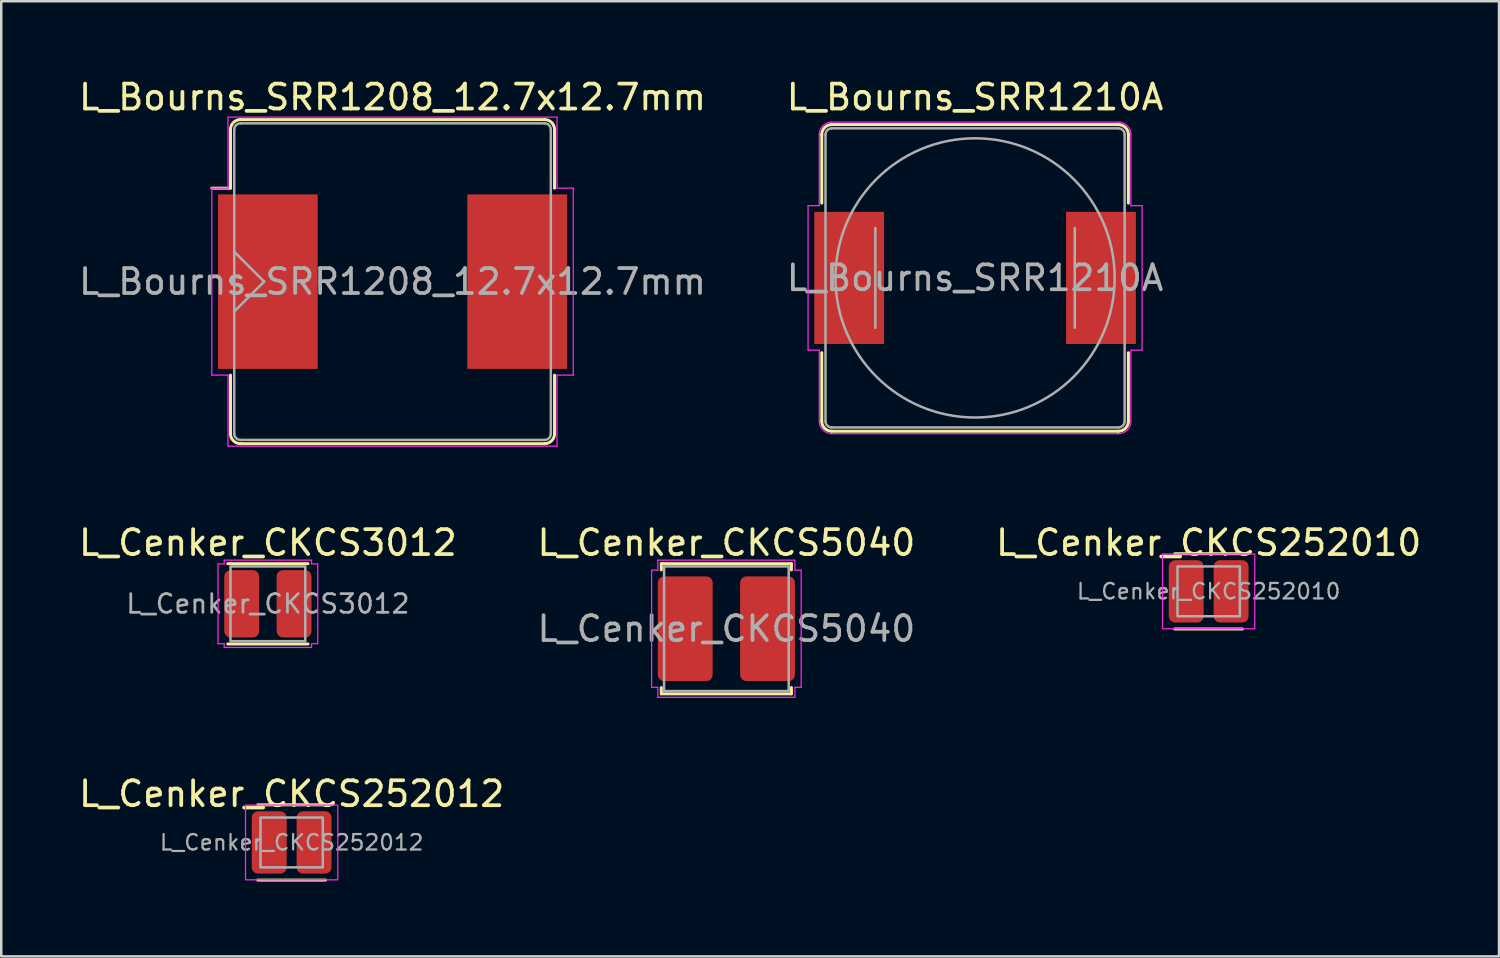
<source format=kicad_pcb>
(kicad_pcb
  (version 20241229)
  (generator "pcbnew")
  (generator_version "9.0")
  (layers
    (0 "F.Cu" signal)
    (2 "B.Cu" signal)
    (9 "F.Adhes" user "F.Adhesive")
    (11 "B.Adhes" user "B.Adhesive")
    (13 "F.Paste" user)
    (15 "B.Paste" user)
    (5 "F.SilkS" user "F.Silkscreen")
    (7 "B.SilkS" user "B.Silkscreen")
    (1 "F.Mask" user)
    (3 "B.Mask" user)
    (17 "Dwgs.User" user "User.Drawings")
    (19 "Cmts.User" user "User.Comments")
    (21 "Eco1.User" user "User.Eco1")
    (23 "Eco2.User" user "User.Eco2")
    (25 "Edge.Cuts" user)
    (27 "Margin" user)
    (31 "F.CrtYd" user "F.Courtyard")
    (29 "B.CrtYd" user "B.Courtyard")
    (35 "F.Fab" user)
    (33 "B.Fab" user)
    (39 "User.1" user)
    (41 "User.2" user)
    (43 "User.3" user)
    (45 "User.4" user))
  (footprint "L_Cenker_CKCS252012"
    (layer "F.Cu")
    (at 8.649 30.745)
    (property "Reference" "L_Cenker_CKCS252012" (at 0 -1.95 0) (layer "F.SilkS") (effects (font (size 1 1) (thickness 0.15))))
    (attr smd)
    (fp_line (start -1.36 -1.51) (end 1.36 -1.51) (stroke (width 0.12) (type solid)) (layer "F.SilkS"))
    (fp_line (start 1.36 1.51) (end -1.36 1.51) (stroke (width 0.12) (type solid)) (layer "F.SilkS"))
    (fp_rect (start -1.85 -1.5) (end 1.85 1.5) (stroke (width 0.05) (type solid)) (fill no) (layer "F.CrtYd"))
    (fp_rect (start -1.25 -1) (end 1.25 1) (stroke (width 0.1) (type solid)) (fill no) (layer "F.Fab"))
    (fp_text user "${REFERENCE}" (at 0 0 0) (layer "F.Fab") (effects (font (size 0.62 0.62) (thickness 0.09))))
    (pad "1" smd roundrect (at -0.9 0) (size 1.4 2.5) (layers "F.Cu" "F.Mask" "F.Paste") (roundrect_rratio 0.179))
    (pad "2" smd roundrect (at 0.9 0) (size 1.4 2.5) (layers "F.Cu" "F.Mask" "F.Paste") (roundrect_rratio 0.179)))
  (footprint "L_Bourns_SRR1208_12.7x12.7mm"
    (layer "F.Cu")
    (at 12.696 8.248)
    (property "Reference" "L_Bourns_SRR1208_12.7x12.7mm" (at 0 -7.4 0) (layer "F.SilkS") (effects (font (size 1 1) (thickness 0.15))))
    (attr smd)
    (fp_line (start -6.5 -6.1) (end -6.5 -3.75) (stroke (width 0.12) (type solid)) (layer "F.SilkS"))
    (fp_line (start -6.5 -3.75) (end -7.25 -3.75) (stroke (width 0.12) (type solid)) (layer "F.SilkS"))
    (fp_line (start -6.5 3.75) (end -6.5 6.1) (stroke (width 0.12) (type solid)) (layer "F.SilkS"))
    (fp_line (start -6.1 -6.5) (end 6.1 -6.5) (stroke (width 0.12) (type solid)) (layer "F.SilkS"))
    (fp_line (start 6.1 6.5) (end -6.1 6.5) (stroke (width 0.12) (type solid)) (layer "F.SilkS"))
    (fp_line (start 6.5 -6.1) (end 6.5 -3.75) (stroke (width 0.12) (type solid)) (layer "F.SilkS"))
    (fp_line (start 6.5 3.75) (end 6.5 6.1) (stroke (width 0.12) (type solid)) (layer "F.SilkS"))
    (fp_arc (start -6.5 -6.1) (mid -6.382843 -6.382843) (end -6.1 -6.5) (stroke (width 0.12) (type solid)) (layer "F.SilkS"))
    (fp_arc (start -6.1 6.5) (mid -6.382843 6.382843) (end -6.5 6.1) (stroke (width 0.12) (type solid)) (layer "F.SilkS"))
    (fp_arc (start 6.1 -6.5) (mid 6.382843 -6.382843) (end 6.5 -6.1) (stroke (width 0.12) (type solid)) (layer "F.SilkS"))
    (fp_arc (start 6.5 6.1) (mid 6.382843 6.382843) (end 6.1 6.5) (stroke (width 0.12) (type solid)) (layer "F.SilkS"))
    (fp_line (start -7.25 -3.75) (end -7.25 3.75) (stroke (width 0.05) (type solid)) (layer "F.CrtYd"))
    (fp_line (start -7.25 -3.75) (end -6.6 -3.75) (stroke (width 0.05) (type solid)) (layer "F.CrtYd"))
    (fp_line (start -6.6 -6.6) (end -6.6 -3.75) (stroke (width 0.05) (type solid)) (layer "F.CrtYd"))
    (fp_line (start -6.6 -6.6) (end 6.6 -6.6) (stroke (width 0.05) (type solid)) (layer "F.CrtYd"))
    (fp_line (start -6.6 3.75) (end -7.25 3.75) (stroke (width 0.05) (type solid)) (layer "F.CrtYd"))
    (fp_line (start -6.6 6.6) (end -6.6 3.75) (stroke (width 0.05) (type solid)) (layer "F.CrtYd"))
    (fp_line (start 6.6 -6.6) (end 6.6 -3.75) (stroke (width 0.05) (type solid)) (layer "F.CrtYd"))
    (fp_line (start 6.6 3.75) (end 6.6 6.6) (stroke (width 0.05) (type solid)) (layer "F.CrtYd"))
    (fp_line (start 6.6 6.6) (end -6.6 6.6) (stroke (width 0.05) (type solid)) (layer "F.CrtYd"))
    (fp_line (start 7.25 -3.75) (end 6.6 -3.75) (stroke (width 0.05) (type solid)) (layer "F.CrtYd"))
    (fp_line (start 7.25 -3.75) (end 7.25 3.75) (stroke (width 0.05) (type solid)) (layer "F.CrtYd"))
    (fp_line (start 7.25 3.75) (end 6.6 3.75) (stroke (width 0.05) (type solid)) (layer "F.CrtYd"))
    (fp_line (start -6.35 -6.1) (end -6.35 6.1) (stroke (width 0.1) (type solid)) (layer "F.Fab"))
    (fp_line (start -6.1 -6.35) (end 6.1 -6.35) (stroke (width 0.1) (type solid)) (layer "F.Fab"))
    (fp_line (start -5.15 0) (end -6.35 -1.2) (stroke (width 0.1) (type solid)) (layer "F.Fab"))
    (fp_line (start -5.15 0) (end -6.35 1.2) (stroke (width 0.1) (type solid)) (layer "F.Fab"))
    (fp_line (start 6.1 6.35) (end -6.1 6.35) (stroke (width 0.1) (type solid)) (layer "F.Fab"))
    (fp_line (start 6.35 -6.1) (end 6.35 6.1) (stroke (width 0.1) (type solid)) (layer "F.Fab"))
    (fp_arc (start -6.35 -6.1) (mid -6.276777 -6.276777) (end -6.1 -6.35) (stroke (width 0.1) (type solid)) (layer "F.Fab"))
    (fp_arc (start -6.1 6.35) (mid -6.276777 6.276777) (end -6.35 6.1) (stroke (width 0.1) (type solid)) (layer "F.Fab"))
    (fp_arc (start 6.1 -6.35) (mid 6.276777 -6.276777) (end 6.35 -6.1) (stroke (width 0.1) (type solid)) (layer "F.Fab"))
    (fp_arc (start 6.35 6.1) (mid 6.276777 6.276777) (end 6.1 6.35) (stroke (width 0.1) (type solid)) (layer "F.Fab"))
    (fp_text user "${REFERENCE}" (at 0 0 0) (layer "F.Fab") (effects (font (size 1 1) (thickness 0.15))))
    (pad "1" smd rect (at -5 0) (size 4 7) (layers "F.Cu" "F.Mask" "F.Paste"))
    (pad "2" smd rect (at 5 0) (size 4 7) (layers "F.Cu" "F.Mask" "F.Paste")))
  (footprint "L_Bourns_SRR1210A"
    (layer "F.Cu")
    (at 36.065 8.098)
    (property "Reference" "L_Bourns_SRR1210A" (at 0 -7.25 0) (layer "F.SilkS") (effects (font (size 1 1) (thickness 0.15))))
    (attr smd)
    (fp_line (start -6.15 -5.75) (end -6.15 -3) (stroke (width 0.12) (type solid)) (layer "F.SilkS"))
    (fp_line (start -6.15 3) (end -6.15 5.75) (stroke (width 0.12) (type solid)) (layer "F.SilkS"))
    (fp_line (start -5.75 -6.15) (end 5.75 -6.15) (stroke (width 0.12) (type solid)) (layer "F.SilkS"))
    (fp_line (start 5.75 6.15) (end -5.75 6.15) (stroke (width 0.12) (type solid)) (layer "F.SilkS"))
    (fp_line (start 6.15 -5.75) (end 6.15 -3) (stroke (width 0.12) (type solid)) (layer "F.SilkS"))
    (fp_line (start 6.15 3) (end 6.15 5.75) (stroke (width 0.12) (type solid)) (layer "F.SilkS"))
    (fp_arc (start -6.15 -5.75) (mid -6.032843 -6.032843) (end -5.75 -6.15) (stroke (width 0.12) (type solid)) (layer "F.SilkS"))
    (fp_arc (start -5.75 6.15) (mid -6.032843 6.032843) (end -6.15 5.75) (stroke (width 0.12) (type solid)) (layer "F.SilkS"))
    (fp_arc (start 5.75 -6.15) (mid 6.032843 -6.032843) (end 6.15 -5.75) (stroke (width 0.12) (type solid)) (layer "F.SilkS"))
    (fp_arc (start 6.15 5.75) (mid 6.032843 6.032843) (end 5.75 6.15) (stroke (width 0.12) (type solid)) (layer "F.SilkS"))
    (fp_line (start -6.7 -2.9) (end -6.7 2.9) (stroke (width 0.05) (type solid)) (layer "F.CrtYd"))
    (fp_line (start -6.7 -2.9) (end -6.25 -2.9) (stroke (width 0.05) (type solid)) (layer "F.CrtYd"))
    (fp_line (start -6.25 -5.75) (end -6.25 -2.9) (stroke (width 0.05) (type solid)) (layer "F.CrtYd"))
    (fp_line (start -6.25 2.9) (end -6.7 2.9) (stroke (width 0.05) (type solid)) (layer "F.CrtYd"))
    (fp_line (start -6.25 5.75) (end -6.25 2.9) (stroke (width 0.05) (type solid)) (layer "F.CrtYd"))
    (fp_line (start -5.75 -6.25) (end 5.75 -6.25) (stroke (width 0.05) (type solid)) (layer "F.CrtYd"))
    (fp_line (start 5.75 6.25) (end -5.75 6.25) (stroke (width 0.05) (type solid)) (layer "F.CrtYd"))
    (fp_line (start 6.25 -5.75) (end 6.25 -2.9) (stroke (width 0.05) (type solid)) (layer "F.CrtYd"))
    (fp_line (start 6.25 2.9) (end 6.25 5.75) (stroke (width 0.05) (type solid)) (layer "F.CrtYd"))
    (fp_line (start 6.7 -2.9) (end 6.25 -2.9) (stroke (width 0.05) (type solid)) (layer "F.CrtYd"))
    (fp_line (start 6.7 -2.9) (end 6.7 2.9) (stroke (width 0.05) (type solid)) (layer "F.CrtYd"))
    (fp_line (start 6.7 2.9) (end 6.25 2.9) (stroke (width 0.05) (type solid)) (layer "F.CrtYd"))
    (fp_arc (start -6.25 -5.75) (mid -6.103553 -6.103553) (end -5.75 -6.25) (stroke (width 0.05) (type solid)) (layer "F.CrtYd"))
    (fp_arc (start -5.75 6.25) (mid -6.103553 6.103553) (end -6.25 5.75) (stroke (width 0.05) (type solid)) (layer "F.CrtYd"))
    (fp_arc (start 5.75 -6.25) (mid 6.103553 -6.103553) (end 6.25 -5.75) (stroke (width 0.05) (type solid)) (layer "F.CrtYd"))
    (fp_arc (start 6.25 5.75) (mid 6.103553 6.103553) (end 5.75 6.25) (stroke (width 0.05) (type solid)) (layer "F.CrtYd"))
    (fp_line (start -6 -5.75) (end -6 5.75) (stroke (width 0.1) (type solid)) (layer "F.Fab"))
    (fp_line (start -5.75 -6) (end 5.75 -6) (stroke (width 0.1) (type solid)) (layer "F.Fab"))
    (fp_line (start -4 2) (end -4 -2) (stroke (width 0.1) (type solid)) (layer "F.Fab"))
    (fp_line (start 4 -2) (end 4 2) (stroke (width 0.1) (type solid)) (layer "F.Fab"))
    (fp_line (start 5.75 6) (end -5.75 6) (stroke (width 0.1) (type solid)) (layer "F.Fab"))
    (fp_line (start 6 -5.75) (end 6 5.75) (stroke (width 0.1) (type solid)) (layer "F.Fab"))
    (fp_arc (start -6 -5.75) (mid -5.926777 -5.926777) (end -5.75 -6) (stroke (width 0.1) (type solid)) (layer "F.Fab"))
    (fp_arc (start -5.75 6) (mid -5.926777 5.926777) (end -6 5.75) (stroke (width 0.1) (type solid)) (layer "F.Fab"))
    (fp_arc (start 5.75 -6) (mid 5.926777 -5.926777) (end 6 -5.75) (stroke (width 0.1) (type solid)) (layer "F.Fab"))
    (fp_arc (start 6 5.75) (mid 5.926777 5.926777) (end 5.75 6) (stroke (width 0.1) (type solid)) (layer "F.Fab"))
    (fp_circle (center 0 0) (end 0 -5.6) (stroke (width 0.1) (type solid)) (fill no) (layer "F.Fab"))
    (fp_text user "${REFERENCE}" (at 0 0 0) (layer "F.Fab") (effects (font (size 1 1) (thickness 0.15))))
    (pad "1" smd rect (at -5.05 0) (size 2.8 5.3) (layers "F.Cu" "F.Mask" "F.Paste"))
    (pad "2" smd rect (at 5.05 0) (size 2.8 5.3) (layers "F.Cu" "F.Mask" "F.Paste")))
  (footprint "L_Cenker_CKCS3012"
    (layer "F.Cu")
    (at 7.696 21.172)
    (property "Reference" "L_Cenker_CKCS3012" (at 0 -2.45 0) (layer "F.SilkS") (effects (font (size 1 1) (thickness 0.15))))
    (attr smd)
    (fp_line (start -1.61 -1.61) (end 1.61 -1.61) (stroke (width 0.12) (type solid)) (layer "F.SilkS"))
    (fp_line (start 1.61 1.61) (end -1.61 1.61) (stroke (width 0.12) (type solid)) (layer "F.SilkS"))
    (fp_line (start -2 -1.6) (end -1.75 -1.6) (stroke (width 0.05) (type solid)) (layer "F.CrtYd"))
    (fp_line (start -2 1.6) (end -2 -1.6) (stroke (width 0.05) (type solid)) (layer "F.CrtYd"))
    (fp_line (start -1.75 -1.75) (end 1.75 -1.75) (stroke (width 0.05) (type solid)) (layer "F.CrtYd"))
    (fp_line (start -1.75 -1.6) (end -1.75 -1.75) (stroke (width 0.05) (type solid)) (layer "F.CrtYd"))
    (fp_line (start -1.75 1.6) (end -2 1.6) (stroke (width 0.05) (type solid)) (layer "F.CrtYd"))
    (fp_line (start -1.75 1.75) (end -1.75 1.6) (stroke (width 0.05) (type solid)) (layer "F.CrtYd"))
    (fp_line (start 1.75 -1.75) (end 1.75 -1.6) (stroke (width 0.05) (type solid)) (layer "F.CrtYd"))
    (fp_line (start 1.75 -1.6) (end 2 -1.6) (stroke (width 0.05) (type solid)) (layer "F.CrtYd"))
    (fp_line (start 1.75 1.6) (end 1.75 1.75) (stroke (width 0.05) (type solid)) (layer "F.CrtYd"))
    (fp_line (start 1.75 1.75) (end -1.75 1.75) (stroke (width 0.05) (type solid)) (layer "F.CrtYd"))
    (fp_line (start 2 -1.6) (end 2 1.6) (stroke (width 0.05) (type solid)) (layer "F.CrtYd"))
    (fp_line (start 2 1.6) (end 1.75 1.6) (stroke (width 0.05) (type solid)) (layer "F.CrtYd"))
    (fp_rect (start -1.5 -1.5) (end 1.5 1.5) (stroke (width 0.1) (type solid)) (fill no) (layer "F.Fab"))
    (fp_text user "${REFERENCE}" (at 0 0 0) (layer "F.Fab") (effects (font (size 0.75 0.75) (thickness 0.11))))
    (pad "1" smd roundrect (at -1.05 0) (size 1.4 2.7) (layers "F.Cu" "F.Mask" "F.Paste") (roundrect_rratio 0.179))
    (pad "2" smd roundrect (at 1.05 0) (size 1.4 2.7) (layers "F.Cu" "F.Mask" "F.Paste") (roundrect_rratio 0.179)))
  (footprint "L_Cenker_CKCS252010"
    (layer "F.Cu")
    (at 45.435 20.672)
    (property "Reference" "L_Cenker_CKCS252010" (at 0 -1.95 0) (layer "F.SilkS") (effects (font (size 1 1) (thickness 0.15))))
    (attr smd)
    (fp_line (start -1.36 -1.51) (end 1.36 -1.51) (stroke (width 0.12) (type solid)) (layer "F.SilkS"))
    (fp_line (start 1.36 1.51) (end -1.36 1.51) (stroke (width 0.12) (type solid)) (layer "F.SilkS"))
    (fp_rect (start -1.85 -1.5) (end 1.85 1.5) (stroke (width 0.05) (type solid)) (fill no) (layer "F.CrtYd"))
    (fp_rect (start -1.25 -1) (end 1.25 1) (stroke (width 0.1) (type solid)) (fill no) (layer "F.Fab"))
    (fp_text user "${REFERENCE}" (at 0 0 0) (layer "F.Fab") (effects (font (size 0.62 0.62) (thickness 0.09))))
    (pad "1" smd roundrect (at -0.9 0) (size 1.4 2.5) (layers "F.Cu" "F.Mask" "F.Paste") (roundrect_rratio 0.179))
    (pad "2" smd roundrect (at 0.9 0) (size 1.4 2.5) (layers "F.Cu" "F.Mask" "F.Paste") (roundrect_rratio 0.179)))
  (footprint "L_Cenker_CKCS5040"
    (layer "F.Cu")
    (at 26.089 22.172)
    (property "Reference" "L_Cenker_CKCS5040" (at 0 -3.45 0) (layer "F.SilkS") (effects (font (size 1 1) (thickness 0.15))))
    (attr smd)
    (fp_line (start -2.61 -2.61) (end 2.61 -2.61) (stroke (width 0.12) (type solid)) (layer "F.SilkS"))
    (fp_line (start -2.61 -2.36) (end -2.61 -2.61) (stroke (width 0.12) (type solid)) (layer "F.SilkS"))
    (fp_line (start -2.61 2.61) (end -2.61 2.36) (stroke (width 0.12) (type solid)) (layer "F.SilkS"))
    (fp_line (start 2.61 -2.61) (end 2.61 -2.36) (stroke (width 0.12) (type solid)) (layer "F.SilkS"))
    (fp_line (start 2.61 2.36) (end 2.61 2.61) (stroke (width 0.12) (type solid)) (layer "F.SilkS"))
    (fp_line (start 2.61 2.61) (end -2.61 2.61) (stroke (width 0.12) (type solid)) (layer "F.SilkS"))
    (fp_line (start -3 -2.35) (end -2.75 -2.35) (stroke (width 0.05) (type solid)) (layer "F.CrtYd"))
    (fp_line (start -3 2.35) (end -3 -2.35) (stroke (width 0.05) (type solid)) (layer "F.CrtYd"))
    (fp_line (start -2.75 -2.75) (end 2.75 -2.75) (stroke (width 0.05) (type solid)) (layer "F.CrtYd"))
    (fp_line (start -2.75 -2.35) (end -2.75 -2.75) (stroke (width 0.05) (type solid)) (layer "F.CrtYd"))
    (fp_line (start -2.75 2.35) (end -3 2.35) (stroke (width 0.05) (type solid)) (layer "F.CrtYd"))
    (fp_line (start -2.75 2.75) (end -2.75 2.35) (stroke (width 0.05) (type solid)) (layer "F.CrtYd"))
    (fp_line (start 2.75 -2.75) (end 2.75 -2.35) (stroke (width 0.05) (type solid)) (layer "F.CrtYd"))
    (fp_line (start 2.75 -2.35) (end 3 -2.35) (stroke (width 0.05) (type solid)) (layer "F.CrtYd"))
    (fp_line (start 2.75 2.35) (end 2.75 2.75) (stroke (width 0.05) (type solid)) (layer "F.CrtYd"))
    (fp_line (start 2.75 2.75) (end -2.75 2.75) (stroke (width 0.05) (type solid)) (layer "F.CrtYd"))
    (fp_line (start 3 -2.35) (end 3 2.35) (stroke (width 0.05) (type solid)) (layer "F.CrtYd"))
    (fp_line (start 3 2.35) (end 2.75 2.35) (stroke (width 0.05) (type solid)) (layer "F.CrtYd"))
    (fp_rect (start -2.5 -2.5) (end 2.5 2.5) (stroke (width 0.1) (type solid)) (fill no) (layer "F.Fab"))
    (fp_text user "${REFERENCE}" (at 0 0 0) (layer "F.Fab") (effects (font (size 1 1) (thickness 0.15))))
    (pad "1" smd roundrect (at -1.65 0) (size 2.2 4.2) (layers "F.Cu" "F.Mask" "F.Paste") (roundrect_rratio 0.114))
    (pad "2" smd roundrect (at 1.65 0) (size 2.2 4.2) (layers "F.Cu" "F.Mask" "F.Paste") (roundrect_rratio 0.114)))
  (gr_rect
    (start -3 -3)
    (end 57.083 35.315)
    (stroke (width 0.1) (type default))
    (fill no)
    (layer "Edge.Cuts")))
</source>
